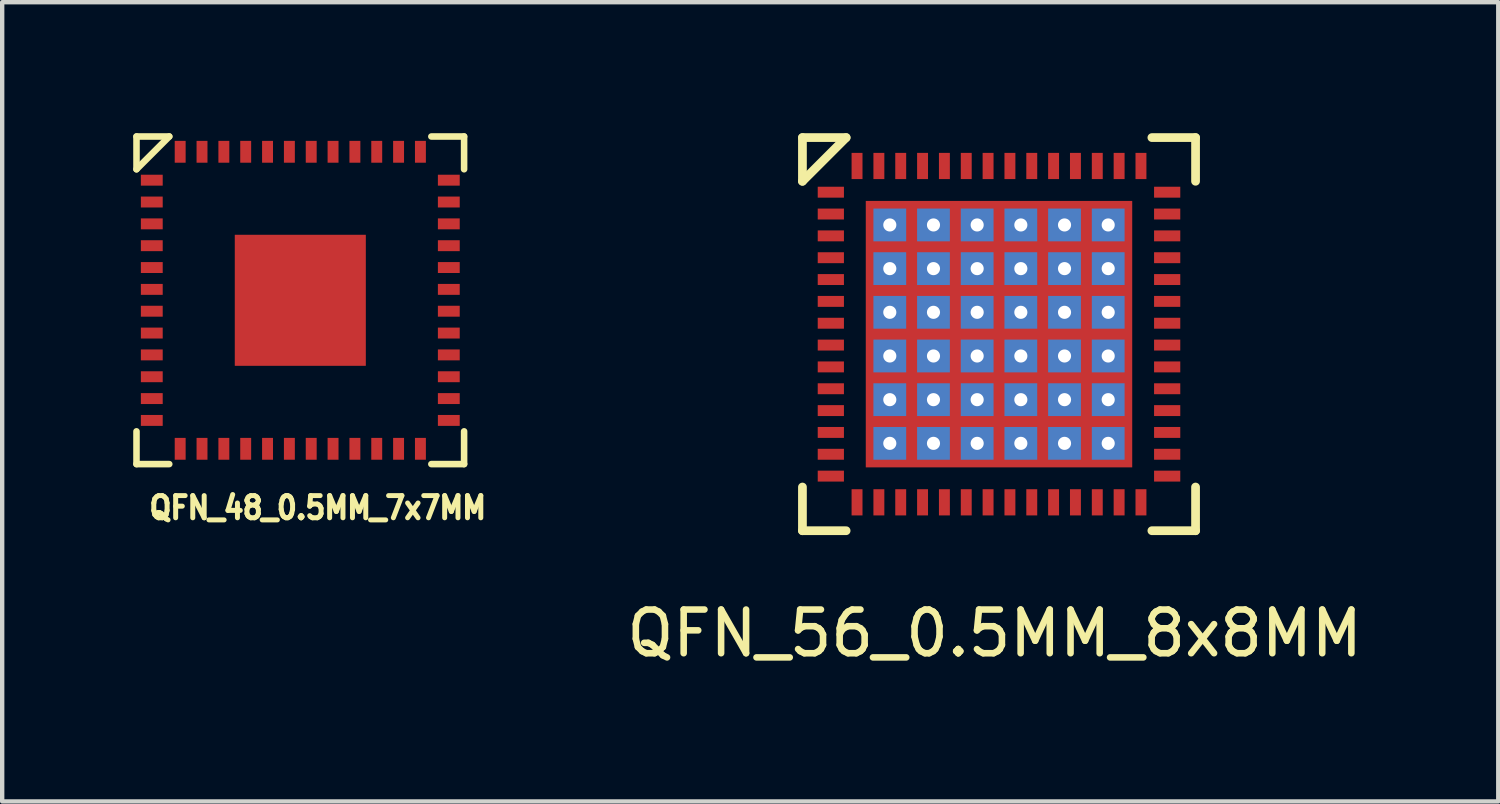
<source format=kicad_pcb>
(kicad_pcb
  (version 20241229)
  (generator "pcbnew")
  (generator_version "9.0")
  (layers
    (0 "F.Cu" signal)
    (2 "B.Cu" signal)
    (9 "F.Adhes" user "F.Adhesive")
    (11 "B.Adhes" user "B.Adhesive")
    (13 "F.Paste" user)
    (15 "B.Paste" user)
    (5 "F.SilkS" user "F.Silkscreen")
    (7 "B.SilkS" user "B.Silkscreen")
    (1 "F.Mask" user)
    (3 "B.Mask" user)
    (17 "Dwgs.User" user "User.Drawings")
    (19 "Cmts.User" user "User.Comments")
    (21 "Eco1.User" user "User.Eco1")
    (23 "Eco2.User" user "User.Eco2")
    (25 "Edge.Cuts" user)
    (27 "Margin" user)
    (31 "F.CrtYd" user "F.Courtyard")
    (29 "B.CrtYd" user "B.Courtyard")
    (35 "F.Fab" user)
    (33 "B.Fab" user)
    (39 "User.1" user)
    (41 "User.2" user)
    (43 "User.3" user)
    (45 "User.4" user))
  (footprint "QFN_48_0.5MM_7x7MM"
    (layer "F.Cu")
    (at 3.825 3.825)
    (property "Reference" "QFN_48_0.5MM_7x7MM" (at 0.4 4.75 0) (layer "F.SilkS") (effects (font (size 0.508 0.457) (thickness 0.114))))
    (attr through_hole)
    (fp_line (start -3.75 -3.75) (end -3.75 -3) (stroke (width 0.15) (type solid)) (layer "F.SilkS"))
    (fp_line (start -3.75 3) (end -3.75 3.75) (stroke (width 0.15) (type solid)) (layer "F.SilkS"))
    (fp_line (start -3.75 3.75) (end -3 3.75) (stroke (width 0.15) (type solid)) (layer "F.SilkS"))
    (fp_line (start -3 -3.75) (end -3.75 -3.75) (stroke (width 0.15) (type solid)) (layer "F.SilkS"))
    (fp_line (start -3 -3.75) (end -3.75 -3) (stroke (width 0.15) (type solid)) (layer "F.SilkS"))
    (fp_line (start 3 -3.75) (end 3.75 -3.75) (stroke (width 0.15) (type solid)) (layer "F.SilkS"))
    (fp_line (start 3.75 -3.75) (end 3.75 -3) (stroke (width 0.15) (type solid)) (layer "F.SilkS"))
    (fp_line (start 3.75 3) (end 3.75 3.75) (stroke (width 0.15) (type solid)) (layer "F.SilkS"))
    (fp_line (start 3.75 3.75) (end 3 3.75) (stroke (width 0.15) (type solid)) (layer "F.SilkS"))
    (pad "1" smd rect (at -3.4 -2.75 90) (size 0.25 0.5) (layers "F.Cu" "F.Mask" "F.Paste"))
    (pad "2" smd rect (at -3.4 -2.25 90) (size 0.25 0.5) (layers "F.Cu" "F.Mask" "F.Paste"))
    (pad "3" smd rect (at -3.4 -1.75 90) (size 0.25 0.5) (layers "F.Cu" "F.Mask" "F.Paste"))
    (pad "4" smd rect (at -3.4 -1.25 90) (size 0.25 0.5) (layers "F.Cu" "F.Mask" "F.Paste"))
    (pad "5" smd rect (at -3.4 -0.75 90) (size 0.25 0.5) (layers "F.Cu" "F.Mask" "F.Paste"))
    (pad "6" smd rect (at -3.4 -0.25 90) (size 0.25 0.5) (layers "F.Cu" "F.Mask" "F.Paste"))
    (pad "7" smd rect (at -3.4 0.25 90) (size 0.25 0.5) (layers "F.Cu" "F.Mask" "F.Paste"))
    (pad "8" smd rect (at -3.4 0.75 90) (size 0.25 0.5) (layers "F.Cu" "F.Mask" "F.Paste"))
    (pad "9" smd rect (at -3.4 1.25 90) (size 0.25 0.5) (layers "F.Cu" "F.Mask" "F.Paste"))
    (pad "10" smd rect (at -3.4 1.75 90) (size 0.25 0.5) (layers "F.Cu" "F.Mask" "F.Paste"))
    (pad "11" smd rect (at -3.4 2.25 90) (size 0.25 0.5) (layers "F.Cu" "F.Mask" "F.Paste"))
    (pad "12" smd rect (at -3.4 2.75 90) (size 0.25 0.5) (layers "F.Cu" "F.Mask" "F.Paste"))
    (pad "13" smd rect (at -2.75 3.4) (size 0.25 0.5) (layers "F.Cu" "F.Mask" "F.Paste"))
    (pad "14" smd rect (at -2.25 3.4) (size 0.25 0.5) (layers "F.Cu" "F.Mask" "F.Paste"))
    (pad "15" smd rect (at -1.75 3.4) (size 0.25 0.5) (layers "F.Cu" "F.Mask" "F.Paste"))
    (pad "16" smd rect (at -1.25 3.4) (size 0.25 0.5) (layers "F.Cu" "F.Mask" "F.Paste"))
    (pad "17" smd rect (at -0.75 3.4) (size 0.25 0.5) (layers "F.Cu" "F.Mask" "F.Paste"))
    (pad "18" smd rect (at -0.25 3.4) (size 0.25 0.5) (layers "F.Cu" "F.Mask" "F.Paste"))
    (pad "19" smd rect (at 0.25 3.4) (size 0.25 0.5) (layers "F.Cu" "F.Mask" "F.Paste"))
    (pad "20" smd rect (at 0.75 3.4) (size 0.25 0.5) (layers "F.Cu" "F.Mask" "F.Paste"))
    (pad "21" smd rect (at 1.25 3.4) (size 0.25 0.5) (layers "F.Cu" "F.Mask" "F.Paste"))
    (pad "22" smd rect (at 1.75 3.4) (size 0.25 0.5) (layers "F.Cu" "F.Mask" "F.Paste"))
    (pad "23" smd rect (at 2.25 3.4) (size 0.25 0.5) (layers "F.Cu" "F.Mask" "F.Paste"))
    (pad "24" smd rect (at 2.75 3.4) (size 0.25 0.5) (layers "F.Cu" "F.Mask" "F.Paste"))
    (pad "25" smd rect (at 3.4 2.75 90) (size 0.25 0.5) (layers "F.Cu" "F.Mask" "F.Paste"))
    (pad "26" smd rect (at 3.4 2.25 90) (size 0.25 0.5) (layers "F.Cu" "F.Mask" "F.Paste"))
    (pad "27" smd rect (at 3.4 1.75 90) (size 0.25 0.5) (layers "F.Cu" "F.Mask" "F.Paste"))
    (pad "28" smd rect (at 3.4 1.25 90) (size 0.25 0.5) (layers "F.Cu" "F.Mask" "F.Paste"))
    (pad "29" smd rect (at 3.4 0.75 90) (size 0.25 0.5) (layers "F.Cu" "F.Mask" "F.Paste"))
    (pad "30" smd rect (at 3.4 0.25 90) (size 0.25 0.5) (layers "F.Cu" "F.Mask" "F.Paste"))
    (pad "31" smd rect (at 3.4 -0.25 90) (size 0.25 0.5) (layers "F.Cu" "F.Mask" "F.Paste"))
    (pad "32" smd rect (at 3.4 -0.75 90) (size 0.25 0.5) (layers "F.Cu" "F.Mask" "F.Paste"))
    (pad "33" smd rect (at 3.4 -1.25 90) (size 0.25 0.5) (layers "F.Cu" "F.Mask" "F.Paste"))
    (pad "34" smd rect (at 3.4 -1.75 90) (size 0.25 0.5) (layers "F.Cu" "F.Mask" "F.Paste"))
    (pad "35" smd rect (at 3.4 -2.25 90) (size 0.25 0.5) (layers "F.Cu" "F.Mask" "F.Paste"))
    (pad "36" smd rect (at 3.4 -2.75 90) (size 0.25 0.5) (layers "F.Cu" "F.Mask" "F.Paste"))
    (pad "37" smd rect (at 2.75 -3.4) (size 0.25 0.5) (layers "F.Cu" "F.Mask" "F.Paste"))
    (pad "38" smd rect (at 2.25 -3.4) (size 0.25 0.5) (layers "F.Cu" "F.Mask" "F.Paste"))
    (pad "39" smd rect (at 1.75 -3.4) (size 0.25 0.5) (layers "F.Cu" "F.Mask" "F.Paste"))
    (pad "40" smd rect (at 1.25 -3.4) (size 0.25 0.5) (layers "F.Cu" "F.Mask" "F.Paste"))
    (pad "41" smd rect (at 0.75 -3.4) (size 0.25 0.5) (layers "F.Cu" "F.Mask" "F.Paste"))
    (pad "42" smd rect (at 0.25 -3.4) (size 0.25 0.5) (layers "F.Cu" "F.Mask" "F.Paste"))
    (pad "43" smd rect (at -0.25 -3.4) (size 0.25 0.5) (layers "F.Cu" "F.Mask" "F.Paste"))
    (pad "44" smd rect (at -0.75 -3.4) (size 0.25 0.5) (layers "F.Cu" "F.Mask" "F.Paste"))
    (pad "45" smd rect (at -1.25 -3.4) (size 0.25 0.5) (layers "F.Cu" "F.Mask" "F.Paste"))
    (pad "46" smd rect (at -1.75 -3.4) (size 0.25 0.5) (layers "F.Cu" "F.Mask" "F.Paste"))
    (pad "47" smd rect (at -2.25 -3.4) (size 0.25 0.5) (layers "F.Cu" "F.Mask" "F.Paste"))
    (pad "48" smd rect (at -2.75 -3.4) (size 0.25 0.5) (layers "F.Cu" "F.Mask" "F.Paste"))
    (pad "PAD" smd rect (at -1 -1) (size 0.75 0.75) (layers "F.Cu" "F.Paste"))
    (pad "PAD" smd rect (at -1 0) (size 0.75 0.75) (layers "F.Cu" "F.Paste"))
    (pad "PAD" smd rect (at -1 1) (size 0.75 0.75) (layers "F.Cu" "F.Paste"))
    (pad "PAD" smd rect (at 0 -1) (size 0.75 0.75) (layers "F.Cu" "F.Paste"))
    (pad "PAD" smd rect (at 0 0) (size 0.75 0.75) (layers "F.Cu" "F.Paste"))
    (pad "PAD" smd rect (at 0 0) (size 3 3) (layers "F.Cu" "F.Mask"))
    (pad "PAD" smd rect (at 0 1) (size 0.75 0.75) (layers "F.Cu" "F.Paste"))
    (pad "PAD" smd rect (at 1 -1) (size 0.75 0.75) (layers "F.Cu" "F.Paste"))
    (pad "PAD" smd rect (at 1 0) (size 0.75 0.75) (layers "F.Cu" "F.Paste"))
    (pad "PAD" smd rect (at 1 1) (size 0.75 0.75) (layers "F.Cu" "F.Paste")))
  (footprint "QFN_56_0.5MM_8x8MM"
    (layer "F.Cu")
    (at 19.821 4.6)
    (property "Reference" "QFN_56_0.5MM_8x8MM" (at -0.1 6.85 0) (layer "F.SilkS") (effects (font (size 1 1) (thickness 0.15))))
    (attr through_hole)
    (fp_line (start -4.5 -4.5) (end -4.5 -3.5) (stroke (width 0.2) (type solid)) (layer "F.SilkS"))
    (fp_line (start -4.5 4.5) (end -4.5 3.5) (stroke (width 0.2) (type solid)) (layer "F.SilkS"))
    (fp_line (start -3.5 -4.5) (end -4.5 -4.5) (stroke (width 0.2) (type solid)) (layer "F.SilkS"))
    (fp_line (start -3.5 -4.5) (end -4.5 -3.5) (stroke (width 0.2) (type solid)) (layer "F.SilkS"))
    (fp_line (start -3.5 4.5) (end -4.5 4.5) (stroke (width 0.2) (type solid)) (layer "F.SilkS"))
    (fp_line (start 3.5 -4.5) (end 4.5 -4.5) (stroke (width 0.2) (type solid)) (layer "F.SilkS"))
    (fp_line (start 4.5 -4.5) (end 4.5 -3.5) (stroke (width 0.2) (type solid)) (layer "F.SilkS"))
    (fp_line (start 4.5 3.5) (end 4.5 4.5) (stroke (width 0.2) (type solid)) (layer "F.SilkS"))
    (fp_line (start 4.5 4.5) (end 3.5 4.5) (stroke (width 0.2) (type solid)) (layer "F.SilkS"))
    (pad "1" smd rect (at -3.85 -3.25) (size 0.6 0.25) (layers "F.Cu" "F.Mask" "F.Paste"))
    (pad "2" smd rect (at -3.85 -2.75) (size 0.6 0.25) (layers "F.Cu" "F.Mask" "F.Paste"))
    (pad "3" smd rect (at -3.85 -2.25) (size 0.6 0.25) (layers "F.Cu" "F.Mask" "F.Paste"))
    (pad "4" smd rect (at -3.85 -1.75) (size 0.6 0.25) (layers "F.Cu" "F.Mask" "F.Paste"))
    (pad "5" smd rect (at -3.85 -1.25) (size 0.6 0.25) (layers "F.Cu" "F.Mask" "F.Paste"))
    (pad "6" smd rect (at -3.85 -0.75) (size 0.6 0.25) (layers "F.Cu" "F.Mask" "F.Paste"))
    (pad "7" smd rect (at -3.85 -0.25) (size 0.6 0.25) (layers "F.Cu" "F.Mask" "F.Paste"))
    (pad "8" smd rect (at -3.85 0.25) (size 0.6 0.25) (layers "F.Cu" "F.Mask" "F.Paste"))
    (pad "9" smd rect (at -3.85 0.75) (size 0.6 0.25) (layers "F.Cu" "F.Mask" "F.Paste"))
    (pad "10" smd rect (at -3.85 1.25) (size 0.6 0.25) (layers "F.Cu" "F.Mask" "F.Paste"))
    (pad "11" smd rect (at -3.85 1.75) (size 0.6 0.25) (layers "F.Cu" "F.Mask" "F.Paste"))
    (pad "12" smd rect (at -3.85 2.25) (size 0.6 0.25) (layers "F.Cu" "F.Mask" "F.Paste"))
    (pad "13" smd rect (at -3.85 2.75) (size 0.6 0.25) (layers "F.Cu" "F.Mask" "F.Paste"))
    (pad "14" smd rect (at -3.85 3.25) (size 0.6 0.25) (layers "F.Cu" "F.Mask" "F.Paste"))
    (pad "15" smd rect (at -3.25 3.85 90) (size 0.6 0.25) (layers "F.Cu" "F.Mask" "F.Paste"))
    (pad "16" smd rect (at -2.75 3.85 90) (size 0.6 0.25) (layers "F.Cu" "F.Mask" "F.Paste"))
    (pad "17" smd rect (at -2.25 3.85 90) (size 0.6 0.25) (layers "F.Cu" "F.Mask" "F.Paste"))
    (pad "18" smd rect (at -1.75 3.85 90) (size 0.6 0.25) (layers "F.Cu" "F.Mask" "F.Paste"))
    (pad "19" smd rect (at -1.25 3.85 90) (size 0.6 0.25) (layers "F.Cu" "F.Mask" "F.Paste"))
    (pad "20" smd rect (at -0.75 3.85 90) (size 0.6 0.25) (layers "F.Cu" "F.Mask" "F.Paste"))
    (pad "21" smd rect (at -0.25 3.85 90) (size 0.6 0.25) (layers "F.Cu" "F.Mask" "F.Paste"))
    (pad "22" smd rect (at 0.25 3.85 90) (size 0.6 0.25) (layers "F.Cu" "F.Mask" "F.Paste"))
    (pad "23" smd rect (at 0.75 3.85 90) (size 0.6 0.25) (layers "F.Cu" "F.Mask" "F.Paste"))
    (pad "24" smd rect (at 1.25 3.85 90) (size 0.6 0.25) (layers "F.Cu" "F.Mask" "F.Paste"))
    (pad "25" smd rect (at 1.75 3.85 90) (size 0.6 0.25) (layers "F.Cu" "F.Mask" "F.Paste"))
    (pad "26" smd rect (at 2.25 3.85 90) (size 0.6 0.25) (layers "F.Cu" "F.Mask" "F.Paste"))
    (pad "27" smd rect (at 2.75 3.85 90) (size 0.6 0.25) (layers "F.Cu" "F.Mask" "F.Paste"))
    (pad "28" smd rect (at 3.25 3.85 90) (size 0.6 0.25) (layers "F.Cu" "F.Mask" "F.Paste"))
    (pad "29" smd rect (at 3.85 3.25) (size 0.6 0.25) (layers "F.Cu" "F.Mask" "F.Paste"))
    (pad "30" smd rect (at 3.85 2.75) (size 0.6 0.25) (layers "F.Cu" "F.Mask" "F.Paste"))
    (pad "31" smd rect (at 3.85 2.25) (size 0.6 0.25) (layers "F.Cu" "F.Mask" "F.Paste"))
    (pad "32" smd rect (at 3.85 1.75) (size 0.6 0.25) (layers "F.Cu" "F.Mask" "F.Paste"))
    (pad "33" smd rect (at 3.85 1.25) (size 0.6 0.25) (layers "F.Cu" "F.Mask" "F.Paste"))
    (pad "34" smd rect (at 3.85 0.75) (size 0.6 0.25) (layers "F.Cu" "F.Mask" "F.Paste"))
    (pad "35" smd rect (at 3.85 0.25) (size 0.6 0.25) (layers "F.Cu" "F.Mask" "F.Paste"))
    (pad "36" smd rect (at 3.85 -0.25) (size 0.6 0.25) (layers "F.Cu" "F.Mask" "F.Paste"))
    (pad "37" smd rect (at 3.85 -0.75) (size 0.6 0.25) (layers "F.Cu" "F.Mask" "F.Paste"))
    (pad "38" smd rect (at 3.85 -1.25) (size 0.6 0.25) (layers "F.Cu" "F.Mask" "F.Paste"))
    (pad "39" smd rect (at 3.85 -1.75) (size 0.6 0.25) (layers "F.Cu" "F.Mask" "F.Paste"))
    (pad "40" smd rect (at 3.85 -2.25) (size 0.6 0.25) (layers "F.Cu" "F.Mask" "F.Paste"))
    (pad "41" smd rect (at 3.85 -2.75) (size 0.6 0.25) (layers "F.Cu" "F.Mask" "F.Paste"))
    (pad "42" smd rect (at 3.85 -3.25) (size 0.6 0.25) (layers "F.Cu" "F.Mask" "F.Paste"))
    (pad "43" smd rect (at 3.25 -3.85 90) (size 0.6 0.25) (layers "F.Cu" "F.Mask" "F.Paste"))
    (pad "44" smd rect (at 2.75 -3.85 90) (size 0.6 0.25) (layers "F.Cu" "F.Mask" "F.Paste"))
    (pad "45" smd rect (at 2.25 -3.85 90) (size 0.6 0.25) (layers "F.Cu" "F.Mask" "F.Paste"))
    (pad "46" smd rect (at 1.75 -3.85 90) (size 0.6 0.25) (layers "F.Cu" "F.Mask" "F.Paste"))
    (pad "47" smd rect (at 1.25 -3.85 90) (size 0.6 0.25) (layers "F.Cu" "F.Mask" "F.Paste"))
    (pad "48" smd rect (at 0.75 -3.85 90) (size 0.6 0.25) (layers "F.Cu" "F.Mask" "F.Paste"))
    (pad "49" smd rect (at 0.25 -3.85 90) (size 0.6 0.25) (layers "F.Cu" "F.Mask" "F.Paste"))
    (pad "50" smd rect (at -0.25 -3.85 90) (size 0.6 0.25) (layers "F.Cu" "F.Mask" "F.Paste"))
    (pad "51" smd rect (at -0.75 -3.85 90) (size 0.6 0.25) (layers "F.Cu" "F.Mask" "F.Paste"))
    (pad "52" smd rect (at -1.25 -3.85 90) (size 0.6 0.25) (layers "F.Cu" "F.Mask" "F.Paste"))
    (pad "53" smd rect (at -1.75 -3.85 90) (size 0.6 0.25) (layers "F.Cu" "F.Mask" "F.Paste"))
    (pad "54" smd rect (at -2.25 -3.85 90) (size 0.6 0.25) (layers "F.Cu" "F.Mask" "F.Paste"))
    (pad "55" smd rect (at -2.75 -3.85 90) (size 0.6 0.25) (layers "F.Cu" "F.Mask" "F.Paste"))
    (pad "56" smd rect (at -3.25 -3.85 90) (size 0.6 0.25) (layers "F.Cu" "F.Mask" "F.Paste"))
    (pad "PAD" thru_hole rect (at -2.5 -2.5) (size 0.75 0.75) (drill 0.3) (layers "*.Cu" "F.Mask" "F.Paste"))
    (pad "PAD" thru_hole rect (at -2.5 -1.5) (size 0.75 0.75) (drill 0.3) (layers "*.Cu" "F.Mask" "F.Paste"))
    (pad "PAD" thru_hole rect (at -2.5 -0.5) (size 0.75 0.75) (drill 0.3) (layers "*.Cu" "F.Mask" "F.Paste"))
    (pad "PAD" thru_hole rect (at -2.5 0.5) (size 0.75 0.75) (drill 0.3) (layers "*.Cu" "F.Mask" "F.Paste"))
    (pad "PAD" thru_hole rect (at -2.5 1.5) (size 0.75 0.75) (drill 0.3) (layers "*.Cu" "F.Mask" "F.Paste"))
    (pad "PAD" thru_hole rect (at -2.5 2.5) (size 0.75 0.75) (drill 0.3) (layers "*.Cu" "F.Mask" "F.Paste"))
    (pad "PAD" thru_hole rect (at -1.5 -2.5) (size 0.75 0.75) (drill 0.3) (layers "*.Cu" "F.Mask" "F.Paste"))
    (pad "PAD" thru_hole rect (at -1.5 -1.5) (size 0.75 0.75) (drill 0.3) (layers "*.Cu" "F.Mask" "F.Paste"))
    (pad "PAD" thru_hole rect (at -1.5 -0.5) (size 0.75 0.75) (drill 0.3) (layers "*.Cu" "F.Mask" "F.Paste"))
    (pad "PAD" thru_hole rect (at -1.5 0.5) (size 0.75 0.75) (drill 0.3) (layers "*.Cu" "F.Mask" "F.Paste"))
    (pad "PAD" thru_hole rect (at -1.5 1.5) (size 0.75 0.75) (drill 0.3) (layers "*.Cu" "F.Mask" "F.Paste"))
    (pad "PAD" thru_hole rect (at -1.5 2.5) (size 0.75 0.75) (drill 0.3) (layers "*.Cu" "F.Mask" "F.Paste"))
    (pad "PAD" thru_hole rect (at -0.5 -2.5) (size 0.75 0.75) (drill 0.3) (layers "*.Cu" "F.Mask" "F.Paste"))
    (pad "PAD" thru_hole rect (at -0.5 -1.5) (size 0.75 0.75) (drill 0.3) (layers "*.Cu" "F.Mask" "F.Paste"))
    (pad "PAD" thru_hole rect (at -0.5 -0.5) (size 0.75 0.75) (drill 0.3) (layers "*.Cu" "F.Mask" "F.Paste"))
    (pad "PAD" thru_hole rect (at -0.5 0.5) (size 0.75 0.75) (drill 0.3) (layers "*.Cu" "F.Mask" "F.Paste"))
    (pad "PAD" thru_hole rect (at -0.5 1.5) (size 0.75 0.75) (drill 0.3) (layers "*.Cu" "F.Mask" "F.Paste"))
    (pad "PAD" thru_hole rect (at -0.5 2.5) (size 0.75 0.75) (drill 0.3) (layers "*.Cu" "F.Mask" "F.Paste"))
    (pad "PAD" smd rect (at 0 0) (size 6.1 6.1) (layers "F.Cu" "F.Mask"))
    (pad "PAD" thru_hole rect (at 0.5 -2.5) (size 0.75 0.75) (drill 0.3) (layers "*.Cu" "F.Mask" "F.Paste"))
    (pad "PAD" thru_hole rect (at 0.5 -1.5) (size 0.75 0.75) (drill 0.3) (layers "*.Cu" "F.Mask" "F.Paste"))
    (pad "PAD" thru_hole rect (at 0.5 -0.5) (size 0.75 0.75) (drill 0.3) (layers "*.Cu" "F.Mask" "F.Paste"))
    (pad "PAD" thru_hole rect (at 0.5 0.5) (size 0.75 0.75) (drill 0.3) (layers "*.Cu" "F.Mask" "F.Paste"))
    (pad "PAD" thru_hole rect (at 0.5 1.5) (size 0.75 0.75) (drill 0.3) (layers "*.Cu" "F.Mask" "F.Paste"))
    (pad "PAD" thru_hole rect (at 0.5 2.5) (size 0.75 0.75) (drill 0.3) (layers "*.Cu" "F.Mask" "F.Paste"))
    (pad "PAD" thru_hole rect (at 1.5 -2.5) (size 0.75 0.75) (drill 0.3) (layers "*.Cu" "F.Mask" "F.Paste"))
    (pad "PAD" thru_hole rect (at 1.5 -1.5) (size 0.75 0.75) (drill 0.3) (layers "*.Cu" "F.Mask" "F.Paste"))
    (pad "PAD" thru_hole rect (at 1.5 -0.5) (size 0.75 0.75) (drill 0.3) (layers "*.Cu" "F.Mask" "F.Paste"))
    (pad "PAD" thru_hole rect (at 1.5 0.5) (size 0.75 0.75) (drill 0.3) (layers "*.Cu" "F.Mask" "F.Paste"))
    (pad "PAD" thru_hole rect (at 1.5 1.5) (size 0.75 0.75) (drill 0.3) (layers "*.Cu" "F.Mask" "F.Paste"))
    (pad "PAD" thru_hole rect (at 1.5 2.5) (size 0.75 0.75) (drill 0.3) (layers "*.Cu" "F.Mask" "F.Paste"))
    (pad "PAD" thru_hole rect (at 2.5 -2.5) (size 0.75 0.75) (drill 0.3) (layers "*.Cu" "F.Mask" "F.Paste"))
    (pad "PAD" thru_hole rect (at 2.5 -1.5) (size 0.75 0.75) (drill 0.3) (layers "*.Cu" "F.Mask" "F.Paste"))
    (pad "PAD" thru_hole rect (at 2.5 -0.5) (size 0.75 0.75) (drill 0.3) (layers "*.Cu" "F.Mask" "F.Paste"))
    (pad "PAD" thru_hole rect (at 2.5 0.5) (size 0.75 0.75) (drill 0.3) (layers "*.Cu" "F.Mask" "F.Paste"))
    (pad "PAD" thru_hole rect (at 2.5 1.5) (size 0.75 0.75) (drill 0.3) (layers "*.Cu" "F.Mask" "F.Paste"))
    (pad "PAD" thru_hole rect (at 2.5 2.5) (size 0.75 0.75) (drill 0.3) (layers "*.Cu" "F.Mask" "F.Paste")))
  (gr_rect
    (start -3 -3)
    (end 31.251 15.298)
    (stroke (width 0.1) (type default))
    (fill no)
    (layer "Edge.Cuts")))
</source>
